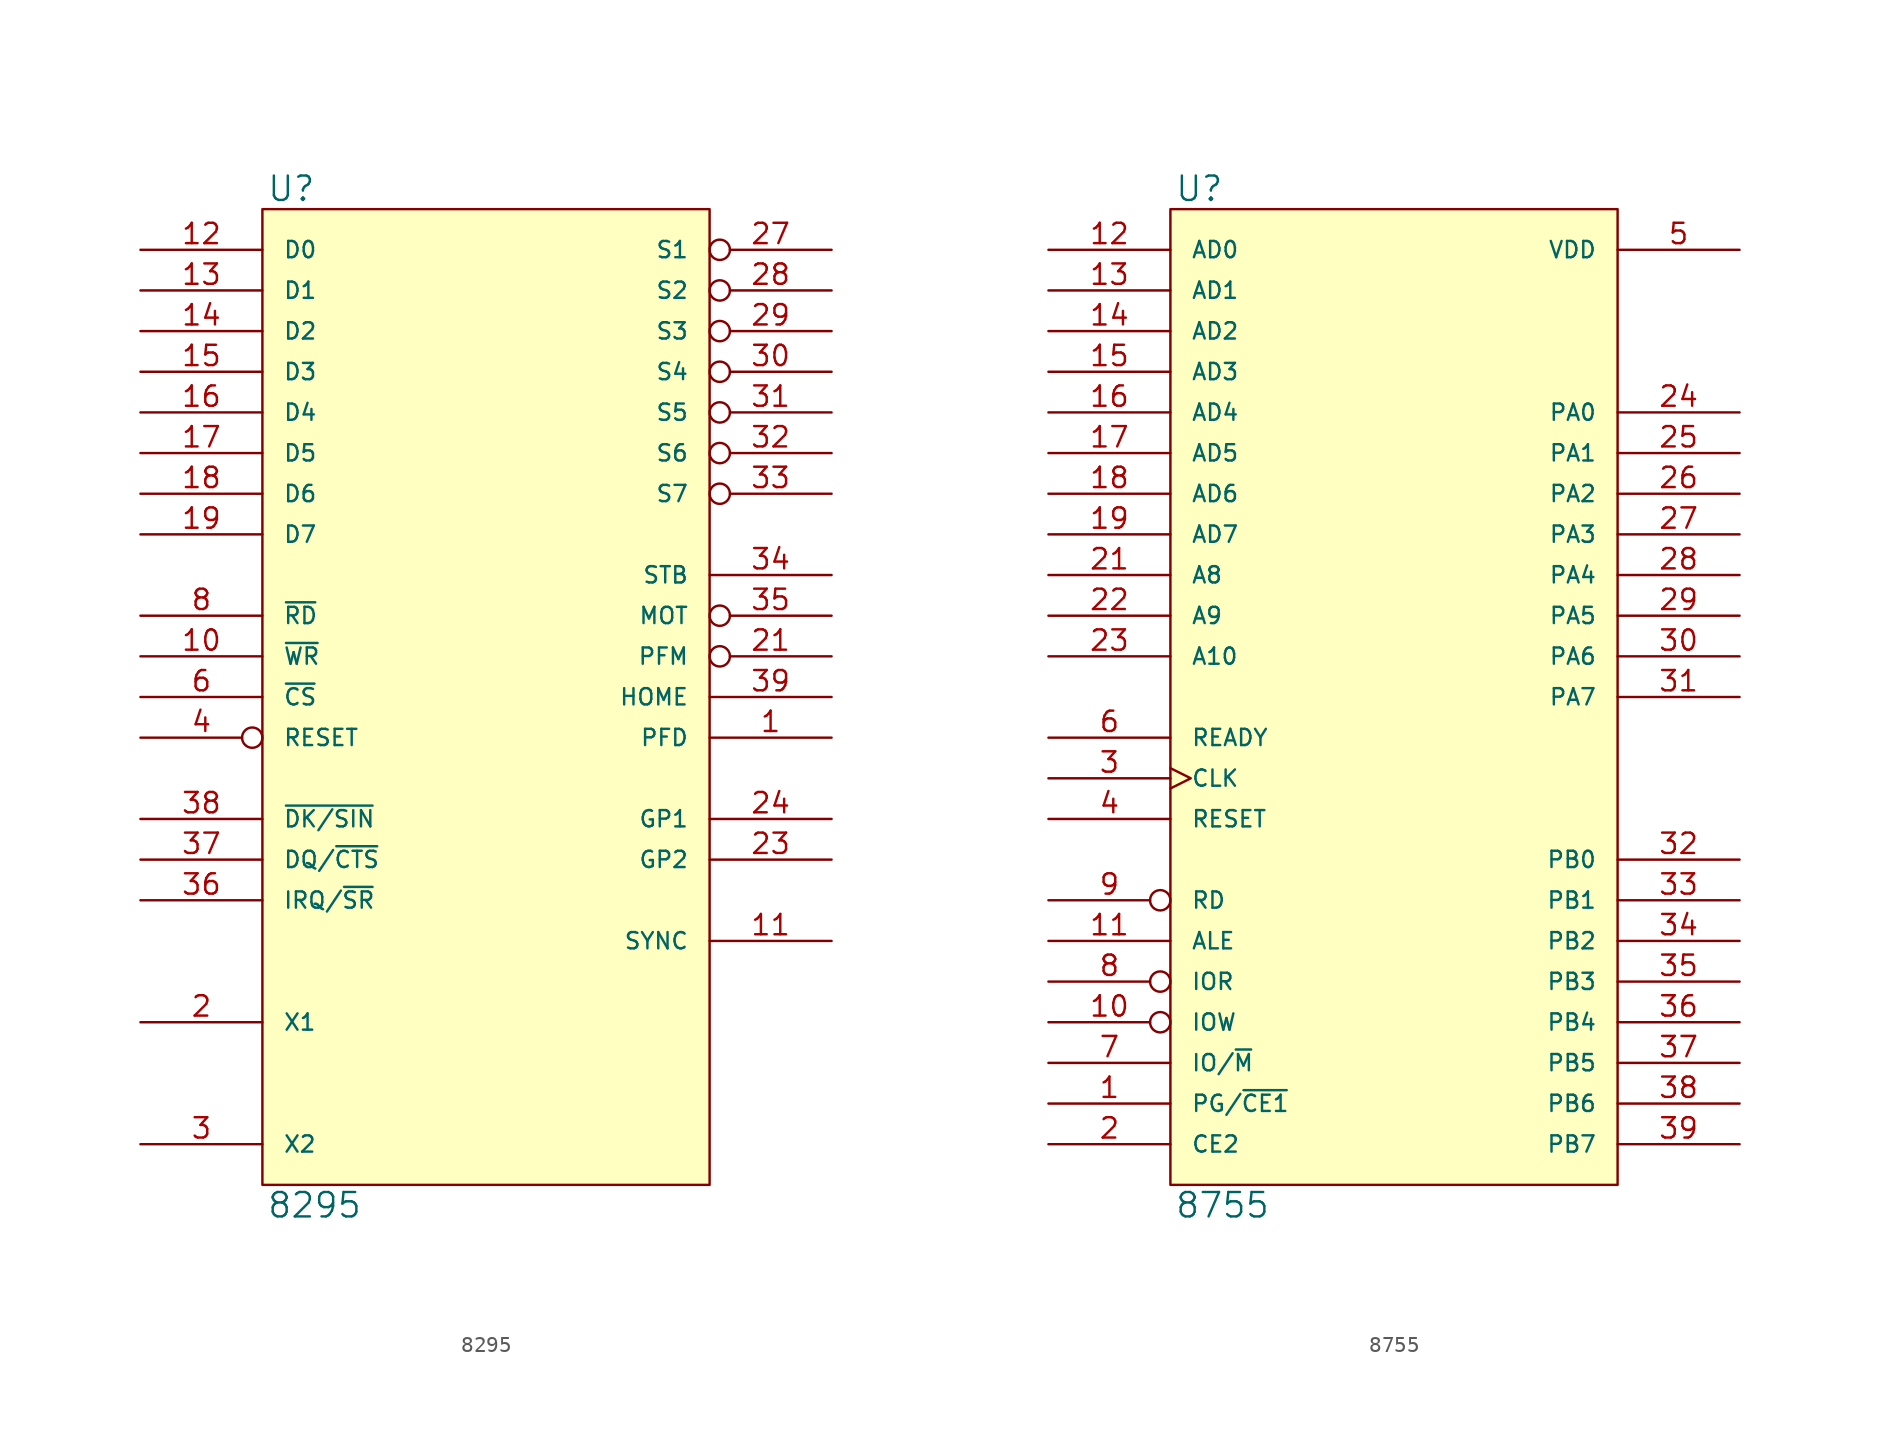
<source format=kicad_sym>
(kicad_symbol_lib
  (version 20231120)
  (generator "kicad_symbol_editor")
  (generator_version "8.0")
  (symbol "8295"
    (pin_names
      (offset 1.27))
    (property "Reference" "U"
      (at 0.254 0.381 0)
      (effects (font (size 1.524 1.524)) (justify left bottom)))
    (property "Value" "8295"
      (at 0.254 -61.341 0)
      (effects (font (size 1.524 1.524)) (justify left top)))
    (symbol "8295_0_1"
      (rectangle (start 0 0) (end 27.94 -60.96) (stroke (width 0) (type solid)) (fill (type background))))
    (symbol "8295_1_1"
      (pin input line (at 35.56 -33.02 180) (length 7.62) (name "PFD" (effects (font (size 1.016 1.016)))) (number "1" (effects (font (size 1.27 1.27)))))
      (pin input line (at -7.62 -27.94 0) (length 7.62) (name "~{WR}" (effects (font (size 1.016 1.016)))) (number "10" (effects (font (size 1.27 1.27)))))
      (pin output line (at 35.56 -45.72 180) (length 7.62) (name "SYNC" (effects (font (size 1.016 1.016)))) (number "11" (effects (font (size 1.27 1.27)))))
      (pin bidirectional line (at -7.62 -2.54 0) (length 7.62) (name "D0" (effects (font (size 1.016 1.016)))) (number "12" (effects (font (size 1.27 1.27)))))
      (pin bidirectional line (at -7.62 -5.08 0) (length 7.62) (name "D1" (effects (font (size 1.016 1.016)))) (number "13" (effects (font (size 1.27 1.27)))))
      (pin bidirectional line (at -7.62 -7.62 0) (length 7.62) (name "D2" (effects (font (size 1.016 1.016)))) (number "14" (effects (font (size 1.27 1.27)))))
      (pin bidirectional line (at -7.62 -10.16 0) (length 7.62) (name "D3" (effects (font (size 1.016 1.016)))) (number "15" (effects (font (size 1.27 1.27)))))
      (pin bidirectional line (at -7.62 -12.7 0) (length 7.62) (name "D4" (effects (font (size 1.016 1.016)))) (number "16" (effects (font (size 1.27 1.27)))))
      (pin bidirectional line (at -7.62 -15.24 0) (length 7.62) (name "D5" (effects (font (size 1.016 1.016)))) (number "17" (effects (font (size 1.27 1.27)))))
      (pin bidirectional line (at -7.62 -17.78 0) (length 7.62) (name "D6" (effects (font (size 1.016 1.016)))) (number "18" (effects (font (size 1.27 1.27)))))
      (pin bidirectional line (at -7.62 -20.32 0) (length 7.62) (name "D7" (effects (font (size 1.016 1.016)))) (number "19" (effects (font (size 1.27 1.27)))))
      (pin input line (at -7.62 -50.8 0) (length 7.62) (name "X1" (effects (font (size 1.016 1.016)))) (number "2" (effects (font (size 1.27 1.27)))))
      (pin power_in line (at 0 -60.96 90) (length 0) hide (name "GND" (effects (font (size 1.016 1.016)))) (number "20" (effects (font (size 1.27 1.27)))))
      (pin output inverted (at 35.56 -27.94 180) (length 7.62) (name "PFM" (effects (font (size 1.016 1.016)))) (number "21" (effects (font (size 1.27 1.27)))))
      (pin output line (at 35.56 -40.64 180) (length 7.62) (name "GP2" (effects (font (size 1.016 1.016)))) (number "23" (effects (font (size 1.27 1.27)))))
      (pin output line (at 35.56 -38.1 180) (length 7.62) (name "GP1" (effects (font (size 1.016 1.016)))) (number "24" (effects (font (size 1.27 1.27)))))
      (pin power_in line (at 15.24 0 270) (length 0) hide (name "VCC" (effects (font (size 1.016 1.016)))) (number "25" (effects (font (size 1.27 1.27)))))
      (pin power_in line (at 25.4 0 270) (length 0) hide (name "VDD" (effects (font (size 1.016 1.016)))) (number "26" (effects (font (size 1.27 1.27)))))
      (pin output inverted (at 35.56 -2.54 180) (length 7.62) (name "S1" (effects (font (size 1.016 1.016)))) (number "27" (effects (font (size 1.27 1.27)))))
      (pin output inverted (at 35.56 -5.08 180) (length 7.62) (name "S2" (effects (font (size 1.016 1.016)))) (number "28" (effects (font (size 1.27 1.27)))))
      (pin output inverted (at 35.56 -7.62 180) (length 7.62) (name "S3" (effects (font (size 1.016 1.016)))) (number "29" (effects (font (size 1.27 1.27)))))
      (pin input line (at -7.62 -58.42 0) (length 7.62) (name "X2" (effects (font (size 1.016 1.016)))) (number "3" (effects (font (size 1.27 1.27)))))
      (pin output inverted (at 35.56 -10.16 180) (length 7.62) (name "S4" (effects (font (size 1.016 1.016)))) (number "30" (effects (font (size 1.27 1.27)))))
      (pin output inverted (at 35.56 -12.7 180) (length 7.62) (name "S5" (effects (font (size 1.016 1.016)))) (number "31" (effects (font (size 1.27 1.27)))))
      (pin output inverted (at 35.56 -15.24 180) (length 7.62) (name "S6" (effects (font (size 1.016 1.016)))) (number "32" (effects (font (size 1.27 1.27)))))
      (pin output inverted (at 35.56 -17.78 180) (length 7.62) (name "S7" (effects (font (size 1.016 1.016)))) (number "33" (effects (font (size 1.27 1.27)))))
      (pin output line (at 35.56 -22.86 180) (length 7.62) (name "STB" (effects (font (size 1.016 1.016)))) (number "34" (effects (font (size 1.27 1.27)))))
      (pin output inverted (at 35.56 -25.4 180) (length 7.62) (name "MOT" (effects (font (size 1.016 1.016)))) (number "35" (effects (font (size 1.27 1.27)))))
      (pin output line (at -7.62 -43.18 0) (length 7.62) (name "IRQ/~{SR}" (effects (font (size 1.016 1.016)))) (number "36" (effects (font (size 1.27 1.27)))))
      (pin output line (at -7.62 -40.64 0) (length 7.62) (name "DQ/~{CTS}" (effects (font (size 1.016 1.016)))) (number "37" (effects (font (size 1.27 1.27)))))
      (pin input line (at -7.62 -38.1 0) (length 7.62) (name "~{DK/SIN}" (effects (font (size 1.016 1.016)))) (number "38" (effects (font (size 1.27 1.27)))))
      (pin input line (at 35.56 -30.48 180) (length 7.62) (name "HOME" (effects (font (size 1.016 1.016)))) (number "39" (effects (font (size 1.27 1.27)))))
      (pin input inverted (at -7.62 -33.02 0) (length 7.62) (name "RESET" (effects (font (size 1.016 1.016)))) (number "4" (effects (font (size 1.27 1.27)))))
      (pin power_in line (at 0 0 270) (length 0) hide (name "VCC" (effects (font (size 1.016 1.016)))) (number "40" (effects (font (size 1.27 1.27)))))
      (pin input line (at -7.62 -30.48 0) (length 7.62) (name "~{CS}" (effects (font (size 1.016 1.016)))) (number "6" (effects (font (size 1.27 1.27)))))
      (pin power_in line (at 12.7 -60.96 90) (length 0) hide (name "GND" (effects (font (size 1.016 1.016)))) (number "7" (effects (font (size 1.27 1.27)))))
      (pin input line (at -7.62 -25.4 0) (length 7.62) (name "~{RD}" (effects (font (size 1.016 1.016)))) (number "8" (effects (font (size 1.27 1.27)))))
      (pin power_in line (at 10.16 0 270) (length 0) hide (name "VCC" (effects (font (size 1.016 1.016)))) (number "9" (effects (font (size 1.27 1.27)))))))
  (symbol "8755"
    (pin_names
      (offset 1.27))
    (property "Reference" "U"
      (at 0.254 0.381 0)
      (effects (font (size 1.524 1.524)) (justify left bottom)))
    (property "Value" "8755"
      (at 0.254 -61.341 0)
      (effects (font (size 1.524 1.524)) (justify left top)))
    (symbol "8755_0_1"
      (rectangle (start 0 0) (end 27.94 -60.96) (stroke (width 0) (type solid)) (fill (type background))))
    (symbol "8755_1_1"
      (pin input line (at -7.62 -55.88 0) (length 7.62) (name "PG/~{CE1}" (effects (font (size 1.016 1.016)))) (number "1" (effects (font (size 1.27 1.27)))))
      (pin input inverted (at -7.62 -50.8 0) (length 7.62) (name "IOW" (effects (font (size 1.016 1.016)))) (number "10" (effects (font (size 1.27 1.27)))))
      (pin input line (at -7.62 -45.72 0) (length 7.62) (name "ALE" (effects (font (size 1.016 1.016)))) (number "11" (effects (font (size 1.27 1.27)))))
      (pin bidirectional line (at -7.62 -2.54 0) (length 7.62) (name "AD0" (effects (font (size 1.016 1.016)))) (number "12" (effects (font (size 1.27 1.27)))))
      (pin bidirectional line (at -7.62 -5.08 0) (length 7.62) (name "AD1" (effects (font (size 1.016 1.016)))) (number "13" (effects (font (size 1.27 1.27)))))
      (pin bidirectional line (at -7.62 -7.62 0) (length 7.62) (name "AD2" (effects (font (size 1.016 1.016)))) (number "14" (effects (font (size 1.27 1.27)))))
      (pin bidirectional line (at -7.62 -10.16 0) (length 7.62) (name "AD3" (effects (font (size 1.016 1.016)))) (number "15" (effects (font (size 1.27 1.27)))))
      (pin bidirectional line (at -7.62 -12.7 0) (length 7.62) (name "AD4" (effects (font (size 1.016 1.016)))) (number "16" (effects (font (size 1.27 1.27)))))
      (pin bidirectional line (at -7.62 -15.24 0) (length 7.62) (name "AD5" (effects (font (size 1.016 1.016)))) (number "17" (effects (font (size 1.27 1.27)))))
      (pin bidirectional line (at -7.62 -17.78 0) (length 7.62) (name "AD6" (effects (font (size 1.016 1.016)))) (number "18" (effects (font (size 1.27 1.27)))))
      (pin bidirectional line (at -7.62 -20.32 0) (length 7.62) (name "AD7" (effects (font (size 1.016 1.016)))) (number "19" (effects (font (size 1.27 1.27)))))
      (pin input line (at -7.62 -58.42 0) (length 7.62) (name "CE2" (effects (font (size 1.016 1.016)))) (number "2" (effects (font (size 1.27 1.27)))))
      (pin power_in line (at 0 -60.96 90) (length 0) hide (name "VSS" (effects (font (size 1.016 1.016)))) (number "20" (effects (font (size 1.27 1.27)))))
      (pin input line (at -7.62 -22.86 0) (length 7.62) (name "A8" (effects (font (size 1.016 1.016)))) (number "21" (effects (font (size 1.27 1.27)))))
      (pin input line (at -7.62 -25.4 0) (length 7.62) (name "A9" (effects (font (size 1.016 1.016)))) (number "22" (effects (font (size 1.27 1.27)))))
      (pin input line (at -7.62 -27.94 0) (length 7.62) (name "A10" (effects (font (size 1.016 1.016)))) (number "23" (effects (font (size 1.27 1.27)))))
      (pin bidirectional line (at 35.56 -12.7 180) (length 7.62) (name "PA0" (effects (font (size 1.016 1.016)))) (number "24" (effects (font (size 1.27 1.27)))))
      (pin bidirectional line (at 35.56 -15.24 180) (length 7.62) (name "PA1" (effects (font (size 1.016 1.016)))) (number "25" (effects (font (size 1.27 1.27)))))
      (pin bidirectional line (at 35.56 -17.78 180) (length 7.62) (name "PA2" (effects (font (size 1.016 1.016)))) (number "26" (effects (font (size 1.27 1.27)))))
      (pin bidirectional line (at 35.56 -20.32 180) (length 7.62) (name "PA3" (effects (font (size 1.016 1.016)))) (number "27" (effects (font (size 1.27 1.27)))))
      (pin bidirectional line (at 35.56 -22.86 180) (length 7.62) (name "PA4" (effects (font (size 1.016 1.016)))) (number "28" (effects (font (size 1.27 1.27)))))
      (pin bidirectional line (at 35.56 -25.4 180) (length 7.62) (name "PA5" (effects (font (size 1.016 1.016)))) (number "29" (effects (font (size 1.27 1.27)))))
      (pin input clock (at -7.62 -35.56 0) (length 7.62) (name "CLK" (effects (font (size 1.016 1.016)))) (number "3" (effects (font (size 1.27 1.27)))))
      (pin bidirectional line (at 35.56 -27.94 180) (length 7.62) (name "PA6" (effects (font (size 1.016 1.016)))) (number "30" (effects (font (size 1.27 1.27)))))
      (pin bidirectional line (at 35.56 -30.48 180) (length 7.62) (name "PA7" (effects (font (size 1.016 1.016)))) (number "31" (effects (font (size 1.27 1.27)))))
      (pin bidirectional line (at 35.56 -40.64 180) (length 7.62) (name "PB0" (effects (font (size 1.016 1.016)))) (number "32" (effects (font (size 1.27 1.27)))))
      (pin bidirectional line (at 35.56 -43.18 180) (length 7.62) (name "PB1" (effects (font (size 1.016 1.016)))) (number "33" (effects (font (size 1.27 1.27)))))
      (pin bidirectional line (at 35.56 -45.72 180) (length 7.62) (name "PB2" (effects (font (size 1.016 1.016)))) (number "34" (effects (font (size 1.27 1.27)))))
      (pin bidirectional line (at 35.56 -48.26 180) (length 7.62) (name "PB3" (effects (font (size 1.016 1.016)))) (number "35" (effects (font (size 1.27 1.27)))))
      (pin bidirectional line (at 35.56 -50.8 180) (length 7.62) (name "PB4" (effects (font (size 1.016 1.016)))) (number "36" (effects (font (size 1.27 1.27)))))
      (pin bidirectional line (at 35.56 -53.34 180) (length 7.62) (name "PB5" (effects (font (size 1.016 1.016)))) (number "37" (effects (font (size 1.27 1.27)))))
      (pin bidirectional line (at 35.56 -55.88 180) (length 7.62) (name "PB6" (effects (font (size 1.016 1.016)))) (number "38" (effects (font (size 1.27 1.27)))))
      (pin bidirectional line (at 35.56 -58.42 180) (length 7.62) (name "PB7" (effects (font (size 1.016 1.016)))) (number "39" (effects (font (size 1.27 1.27)))))
      (pin input line (at -7.62 -38.1 0) (length 7.62) (name "RESET" (effects (font (size 1.016 1.016)))) (number "4" (effects (font (size 1.27 1.27)))))
      (pin power_in line (at 0 0 270) (length 0) hide (name "VCC" (effects (font (size 1.016 1.016)))) (number "40" (effects (font (size 1.27 1.27)))))
      (pin input line (at 35.56 -2.54 180) (length 7.62) (name "VDD" (effects (font (size 1.016 1.016)))) (number "5" (effects (font (size 1.27 1.27)))))
      (pin output line (at -7.62 -33.02 0) (length 7.62) (name "READY" (effects (font (size 1.016 1.016)))) (number "6" (effects (font (size 1.27 1.27)))))
      (pin input line (at -7.62 -53.34 0) (length 7.62) (name "IO/~{M}" (effects (font (size 1.016 1.016)))) (number "7" (effects (font (size 1.27 1.27)))))
      (pin input inverted (at -7.62 -48.26 0) (length 7.62) (name "IOR" (effects (font (size 1.016 1.016)))) (number "8" (effects (font (size 1.27 1.27)))))
      (pin input inverted (at -7.62 -43.18 0) (length 7.62) (name "RD" (effects (font (size 1.016 1.016)))) (number "9" (effects (font (size 1.27 1.27))))))))
</source>
